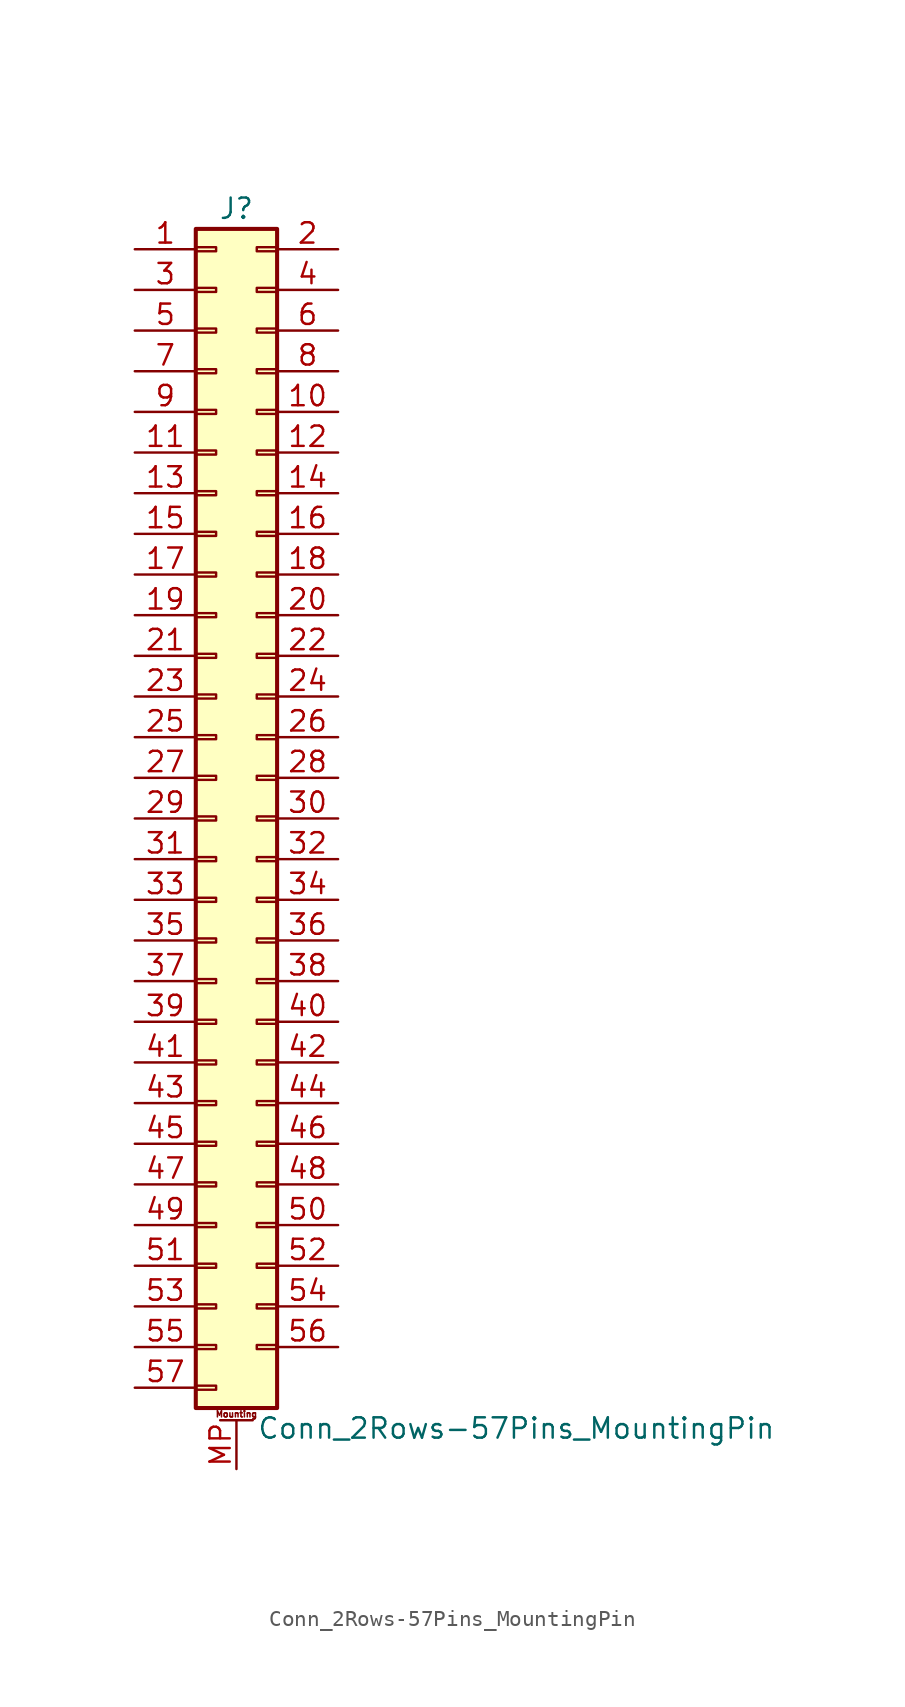
<source format=kicad_sym>
(kicad_symbol_lib
  (version 20200908)
  (generator kicad_symbol_editor)
  (symbol "Connector_Generic_MountingPin:Conn_2Rows-57Pins_MountingPin"
    (pin_names
      (offset 1.016) hide)
    (property "Reference" "J"
      (at 1.27 38.1 0)
      (effects (font (size 1.27 1.27))))
    (property "Value" "Conn_2Rows-57Pins_MountingPin"
      (at 2.54 -38.1 0)
      (effects (font (size 1.27 1.27)) (justify left)))
    (symbol "Conn_2Rows-57Pins_MountingPin_1_1"
      (text "Mounting" (at 1.27 -37.211 0) (effects (font (size 0.381 0.381))))
      (rectangle (start -1.27 -27.813) (end 0 -28.067) (stroke (width 0.152)) (fill (type none)))
      (rectangle (start -1.27 -30.353) (end 0 -30.607) (stroke (width 0.152)) (fill (type none)))
      (rectangle (start -1.27 -32.893) (end 0 -33.147) (stroke (width 0.152)) (fill (type none)))
      (rectangle (start -1.27 -35.433) (end 0 -35.687) (stroke (width 0.152)) (fill (type none)))
      (rectangle (start -1.27 -4.953) (end 0 -5.207) (stroke (width 0.152)) (fill (type none)))
      (rectangle (start -1.27 -7.493) (end 0 -7.747) (stroke (width 0.152)) (fill (type none)))
      (rectangle (start -1.27 -10.033) (end 0 -10.287) (stroke (width 0.152)) (fill (type none)))
      (rectangle (start -1.27 -12.573) (end 0 -12.827) (stroke (width 0.152)) (fill (type none)))
      (rectangle (start -1.27 -15.113) (end 0 -15.367) (stroke (width 0.152)) (fill (type none)))
      (rectangle (start -1.27 -17.653) (end 0 -17.907) (stroke (width 0.152)) (fill (type none)))
      (rectangle (start -1.27 -20.193) (end 0 -20.447) (stroke (width 0.152)) (fill (type none)))
      (rectangle (start -1.27 -22.733) (end 0 -22.987) (stroke (width 0.152)) (fill (type none)))
      (rectangle (start -1.27 -2.413) (end 0 -2.667) (stroke (width 0.152)) (fill (type none)))
      (rectangle (start -1.27 -25.273) (end 0 -25.527) (stroke (width 0.152)) (fill (type none)))
      (rectangle (start -1.27 25.527) (end 0 25.273) (stroke (width 0.152)) (fill (type none)))
      (rectangle (start -1.27 2.667) (end 0 2.413) (stroke (width 0.152)) (fill (type none)))
      (rectangle (start -1.27 28.067) (end 0 27.813) (stroke (width 0.152)) (fill (type none)))
      (rectangle (start -1.27 30.607) (end 0 30.353) (stroke (width 0.152)) (fill (type none)))
      (rectangle (start -1.27 33.147) (end 0 32.893) (stroke (width 0.152)) (fill (type none)))
      (rectangle (start -1.27 35.687) (end 0 35.433) (stroke (width 0.152)) (fill (type none)))
      (rectangle (start -1.27 36.83) (end 3.81 -36.83) (stroke (width 0.254)) (fill (type background)))
      (rectangle (start -1.27 5.207) (end 0 4.953) (stroke (width 0.152)) (fill (type none)))
      (rectangle (start -1.27 7.747) (end 0 7.493) (stroke (width 0.152)) (fill (type none)))
      (rectangle (start -1.27 10.287) (end 0 10.033) (stroke (width 0.152)) (fill (type none)))
      (rectangle (start -1.27 0.127) (end 0 -0.127) (stroke (width 0.152)) (fill (type none)))
      (rectangle (start -1.27 12.827) (end 0 12.573) (stroke (width 0.152)) (fill (type none)))
      (rectangle (start -1.27 15.367) (end 0 15.113) (stroke (width 0.152)) (fill (type none)))
      (rectangle (start -1.27 17.907) (end 0 17.653) (stroke (width 0.152)) (fill (type none)))
      (rectangle (start -1.27 20.447) (end 0 20.193) (stroke (width 0.152)) (fill (type none)))
      (rectangle (start -1.27 22.987) (end 0 22.733) (stroke (width 0.152)) (fill (type none)))
      (rectangle (start 3.81 -27.813) (end 2.54 -28.067) (stroke (width 0.152)) (fill (type none)))
      (rectangle (start 3.81 -30.353) (end 2.54 -30.607) (stroke (width 0.152)) (fill (type none)))
      (rectangle (start 3.81 -32.893) (end 2.54 -33.147) (stroke (width 0.152)) (fill (type none)))
      (rectangle (start 3.81 -4.953) (end 2.54 -5.207) (stroke (width 0.152)) (fill (type none)))
      (rectangle (start 3.81 -7.493) (end 2.54 -7.747) (stroke (width 0.152)) (fill (type none)))
      (rectangle (start 3.81 -10.033) (end 2.54 -10.287) (stroke (width 0.152)) (fill (type none)))
      (rectangle (start 3.81 -12.573) (end 2.54 -12.827) (stroke (width 0.152)) (fill (type none)))
      (rectangle (start 3.81 -15.113) (end 2.54 -15.367) (stroke (width 0.152)) (fill (type none)))
      (rectangle (start 3.81 -17.653) (end 2.54 -17.907) (stroke (width 0.152)) (fill (type none)))
      (rectangle (start 3.81 -20.193) (end 2.54 -20.447) (stroke (width 0.152)) (fill (type none)))
      (rectangle (start 3.81 -22.733) (end 2.54 -22.987) (stroke (width 0.152)) (fill (type none)))
      (rectangle (start 3.81 -2.413) (end 2.54 -2.667) (stroke (width 0.152)) (fill (type none)))
      (rectangle (start 3.81 -25.273) (end 2.54 -25.527) (stroke (width 0.152)) (fill (type none)))
      (rectangle (start 3.81 25.527) (end 2.54 25.273) (stroke (width 0.152)) (fill (type none)))
      (rectangle (start 3.81 2.667) (end 2.54 2.413) (stroke (width 0.152)) (fill (type none)))
      (rectangle (start 3.81 28.067) (end 2.54 27.813) (stroke (width 0.152)) (fill (type none)))
      (rectangle (start 3.81 30.607) (end 2.54 30.353) (stroke (width 0.152)) (fill (type none)))
      (rectangle (start 3.81 33.147) (end 2.54 32.893) (stroke (width 0.152)) (fill (type none)))
      (rectangle (start 3.81 35.687) (end 2.54 35.433) (stroke (width 0.152)) (fill (type none)))
      (rectangle (start 3.81 5.207) (end 2.54 4.953) (stroke (width 0.152)) (fill (type none)))
      (rectangle (start 3.81 7.747) (end 2.54 7.493) (stroke (width 0.152)) (fill (type none)))
      (rectangle (start 3.81 10.287) (end 2.54 10.033) (stroke (width 0.152)) (fill (type none)))
      (rectangle (start 3.81 0.127) (end 2.54 -0.127) (stroke (width 0.152)) (fill (type none)))
      (rectangle (start 3.81 12.827) (end 2.54 12.573) (stroke (width 0.152)) (fill (type none)))
      (rectangle (start 3.81 15.367) (end 2.54 15.113) (stroke (width 0.152)) (fill (type none)))
      (rectangle (start 3.81 17.907) (end 2.54 17.653) (stroke (width 0.152)) (fill (type none)))
      (rectangle (start 3.81 20.447) (end 2.54 20.193) (stroke (width 0.152)) (fill (type none)))
      (rectangle (start 3.81 22.987) (end 2.54 22.733) (stroke (width 0.152)) (fill (type none)))
      (polyline (pts (xy 0.254 -37.592) (xy 2.286 -37.592)) (stroke (width 0.152)) (fill (type none)))
      (pin passive line (at 1.27 -40.64 90) (length 3.048) (name "MountPin" (effects (font (size 1.27 1.27)))) (number "MP" (effects (font (size 1.27 1.27)))))
      (pin passive line (at -5.08 35.56 0) (length 3.81) (name "Pin_1" (effects (font (size 1.27 1.27)))) (number "1" (effects (font (size 1.27 1.27)))))
      (pin passive line (at 7.62 25.4 180) (length 3.81) (name "Pin_10" (effects (font (size 1.27 1.27)))) (number "10" (effects (font (size 1.27 1.27)))))
      (pin passive line (at -5.08 22.86 0) (length 3.81) (name "Pin_11" (effects (font (size 1.27 1.27)))) (number "11" (effects (font (size 1.27 1.27)))))
      (pin passive line (at 7.62 22.86 180) (length 3.81) (name "Pin_12" (effects (font (size 1.27 1.27)))) (number "12" (effects (font (size 1.27 1.27)))))
      (pin passive line (at -5.08 20.32 0) (length 3.81) (name "Pin_13" (effects (font (size 1.27 1.27)))) (number "13" (effects (font (size 1.27 1.27)))))
      (pin passive line (at 7.62 20.32 180) (length 3.81) (name "Pin_14" (effects (font (size 1.27 1.27)))) (number "14" (effects (font (size 1.27 1.27)))))
      (pin passive line (at -5.08 17.78 0) (length 3.81) (name "Pin_15" (effects (font (size 1.27 1.27)))) (number "15" (effects (font (size 1.27 1.27)))))
      (pin passive line (at 7.62 17.78 180) (length 3.81) (name "Pin_16" (effects (font (size 1.27 1.27)))) (number "16" (effects (font (size 1.27 1.27)))))
      (pin passive line (at -5.08 15.24 0) (length 3.81) (name "Pin_17" (effects (font (size 1.27 1.27)))) (number "17" (effects (font (size 1.27 1.27)))))
      (pin passive line (at 7.62 15.24 180) (length 3.81) (name "Pin_18" (effects (font (size 1.27 1.27)))) (number "18" (effects (font (size 1.27 1.27)))))
      (pin passive line (at -5.08 12.7 0) (length 3.81) (name "Pin_19" (effects (font (size 1.27 1.27)))) (number "19" (effects (font (size 1.27 1.27)))))
      (pin passive line (at 7.62 35.56 180) (length 3.81) (name "Pin_2" (effects (font (size 1.27 1.27)))) (number "2" (effects (font (size 1.27 1.27)))))
      (pin passive line (at 7.62 12.7 180) (length 3.81) (name "Pin_20" (effects (font (size 1.27 1.27)))) (number "20" (effects (font (size 1.27 1.27)))))
      (pin passive line (at -5.08 10.16 0) (length 3.81) (name "Pin_21" (effects (font (size 1.27 1.27)))) (number "21" (effects (font (size 1.27 1.27)))))
      (pin passive line (at 7.62 10.16 180) (length 3.81) (name "Pin_22" (effects (font (size 1.27 1.27)))) (number "22" (effects (font (size 1.27 1.27)))))
      (pin passive line (at -5.08 7.62 0) (length 3.81) (name "Pin_23" (effects (font (size 1.27 1.27)))) (number "23" (effects (font (size 1.27 1.27)))))
      (pin passive line (at 7.62 7.62 180) (length 3.81) (name "Pin_24" (effects (font (size 1.27 1.27)))) (number "24" (effects (font (size 1.27 1.27)))))
      (pin passive line (at -5.08 5.08 0) (length 3.81) (name "Pin_25" (effects (font (size 1.27 1.27)))) (number "25" (effects (font (size 1.27 1.27)))))
      (pin passive line (at 7.62 5.08 180) (length 3.81) (name "Pin_26" (effects (font (size 1.27 1.27)))) (number "26" (effects (font (size 1.27 1.27)))))
      (pin passive line (at -5.08 2.54 0) (length 3.81) (name "Pin_27" (effects (font (size 1.27 1.27)))) (number "27" (effects (font (size 1.27 1.27)))))
      (pin passive line (at 7.62 2.54 180) (length 3.81) (name "Pin_28" (effects (font (size 1.27 1.27)))) (number "28" (effects (font (size 1.27 1.27)))))
      (pin passive line (at -5.08 0 0) (length 3.81) (name "Pin_29" (effects (font (size 1.27 1.27)))) (number "29" (effects (font (size 1.27 1.27)))))
      (pin passive line (at -5.08 33.02 0) (length 3.81) (name "Pin_3" (effects (font (size 1.27 1.27)))) (number "3" (effects (font (size 1.27 1.27)))))
      (pin passive line (at 7.62 0 180) (length 3.81) (name "Pin_30" (effects (font (size 1.27 1.27)))) (number "30" (effects (font (size 1.27 1.27)))))
      (pin passive line (at -5.08 -2.54 0) (length 3.81) (name "Pin_31" (effects (font (size 1.27 1.27)))) (number "31" (effects (font (size 1.27 1.27)))))
      (pin passive line (at 7.62 -2.54 180) (length 3.81) (name "Pin_32" (effects (font (size 1.27 1.27)))) (number "32" (effects (font (size 1.27 1.27)))))
      (pin passive line (at -5.08 -5.08 0) (length 3.81) (name "Pin_33" (effects (font (size 1.27 1.27)))) (number "33" (effects (font (size 1.27 1.27)))))
      (pin passive line (at 7.62 -5.08 180) (length 3.81) (name "Pin_34" (effects (font (size 1.27 1.27)))) (number "34" (effects (font (size 1.27 1.27)))))
      (pin passive line (at -5.08 -7.62 0) (length 3.81) (name "Pin_35" (effects (font (size 1.27 1.27)))) (number "35" (effects (font (size 1.27 1.27)))))
      (pin passive line (at 7.62 -7.62 180) (length 3.81) (name "Pin_36" (effects (font (size 1.27 1.27)))) (number "36" (effects (font (size 1.27 1.27)))))
      (pin passive line (at -5.08 -10.16 0) (length 3.81) (name "Pin_37" (effects (font (size 1.27 1.27)))) (number "37" (effects (font (size 1.27 1.27)))))
      (pin passive line (at 7.62 -10.16 180) (length 3.81) (name "Pin_38" (effects (font (size 1.27 1.27)))) (number "38" (effects (font (size 1.27 1.27)))))
      (pin passive line (at -5.08 -12.7 0) (length 3.81) (name "Pin_39" (effects (font (size 1.27 1.27)))) (number "39" (effects (font (size 1.27 1.27)))))
      (pin passive line (at 7.62 33.02 180) (length 3.81) (name "Pin_4" (effects (font (size 1.27 1.27)))) (number "4" (effects (font (size 1.27 1.27)))))
      (pin passive line (at 7.62 -12.7 180) (length 3.81) (name "Pin_40" (effects (font (size 1.27 1.27)))) (number "40" (effects (font (size 1.27 1.27)))))
      (pin passive line (at -5.08 -15.24 0) (length 3.81) (name "Pin_41" (effects (font (size 1.27 1.27)))) (number "41" (effects (font (size 1.27 1.27)))))
      (pin passive line (at 7.62 -15.24 180) (length 3.81) (name "Pin_42" (effects (font (size 1.27 1.27)))) (number "42" (effects (font (size 1.27 1.27)))))
      (pin passive line (at -5.08 -17.78 0) (length 3.81) (name "Pin_43" (effects (font (size 1.27 1.27)))) (number "43" (effects (font (size 1.27 1.27)))))
      (pin passive line (at 7.62 -17.78 180) (length 3.81) (name "Pin_44" (effects (font (size 1.27 1.27)))) (number "44" (effects (font (size 1.27 1.27)))))
      (pin passive line (at -5.08 -20.32 0) (length 3.81) (name "Pin_45" (effects (font (size 1.27 1.27)))) (number "45" (effects (font (size 1.27 1.27)))))
      (pin passive line (at 7.62 -20.32 180) (length 3.81) (name "Pin_46" (effects (font (size 1.27 1.27)))) (number "46" (effects (font (size 1.27 1.27)))))
      (pin passive line (at -5.08 -22.86 0) (length 3.81) (name "Pin_47" (effects (font (size 1.27 1.27)))) (number "47" (effects (font (size 1.27 1.27)))))
      (pin passive line (at 7.62 -22.86 180) (length 3.81) (name "Pin_48" (effects (font (size 1.27 1.27)))) (number "48" (effects (font (size 1.27 1.27)))))
      (pin passive line (at -5.08 -25.4 0) (length 3.81) (name "Pin_49" (effects (font (size 1.27 1.27)))) (number "49" (effects (font (size 1.27 1.27)))))
      (pin passive line (at -5.08 30.48 0) (length 3.81) (name "Pin_5" (effects (font (size 1.27 1.27)))) (number "5" (effects (font (size 1.27 1.27)))))
      (pin passive line (at 7.62 -25.4 180) (length 3.81) (name "Pin_50" (effects (font (size 1.27 1.27)))) (number "50" (effects (font (size 1.27 1.27)))))
      (pin passive line (at -5.08 -27.94 0) (length 3.81) (name "Pin_51" (effects (font (size 1.27 1.27)))) (number "51" (effects (font (size 1.27 1.27)))))
      (pin passive line (at 7.62 -27.94 180) (length 3.81) (name "Pin_52" (effects (font (size 1.27 1.27)))) (number "52" (effects (font (size 1.27 1.27)))))
      (pin passive line (at -5.08 -30.48 0) (length 3.81) (name "Pin_53" (effects (font (size 1.27 1.27)))) (number "53" (effects (font (size 1.27 1.27)))))
      (pin passive line (at 7.62 -30.48 180) (length 3.81) (name "Pin_54" (effects (font (size 1.27 1.27)))) (number "54" (effects (font (size 1.27 1.27)))))
      (pin passive line (at -5.08 -33.02 0) (length 3.81) (name "Pin_55" (effects (font (size 1.27 1.27)))) (number "55" (effects (font (size 1.27 1.27)))))
      (pin passive line (at 7.62 -33.02 180) (length 3.81) (name "Pin_56" (effects (font (size 1.27 1.27)))) (number "56" (effects (font (size 1.27 1.27)))))
      (pin passive line (at -5.08 -35.56 0) (length 3.81) (name "Pin_57" (effects (font (size 1.27 1.27)))) (number "57" (effects (font (size 1.27 1.27)))))
      (pin passive line (at 7.62 30.48 180) (length 3.81) (name "Pin_6" (effects (font (size 1.27 1.27)))) (number "6" (effects (font (size 1.27 1.27)))))
      (pin passive line (at -5.08 27.94 0) (length 3.81) (name "Pin_7" (effects (font (size 1.27 1.27)))) (number "7" (effects (font (size 1.27 1.27)))))
      (pin passive line (at 7.62 27.94 180) (length 3.81) (name "Pin_8" (effects (font (size 1.27 1.27)))) (number "8" (effects (font (size 1.27 1.27)))))
      (pin passive line (at -5.08 25.4 0) (length 3.81) (name "Pin_9" (effects (font (size 1.27 1.27)))) (number "9" (effects (font (size 1.27 1.27))))))))
</source>
